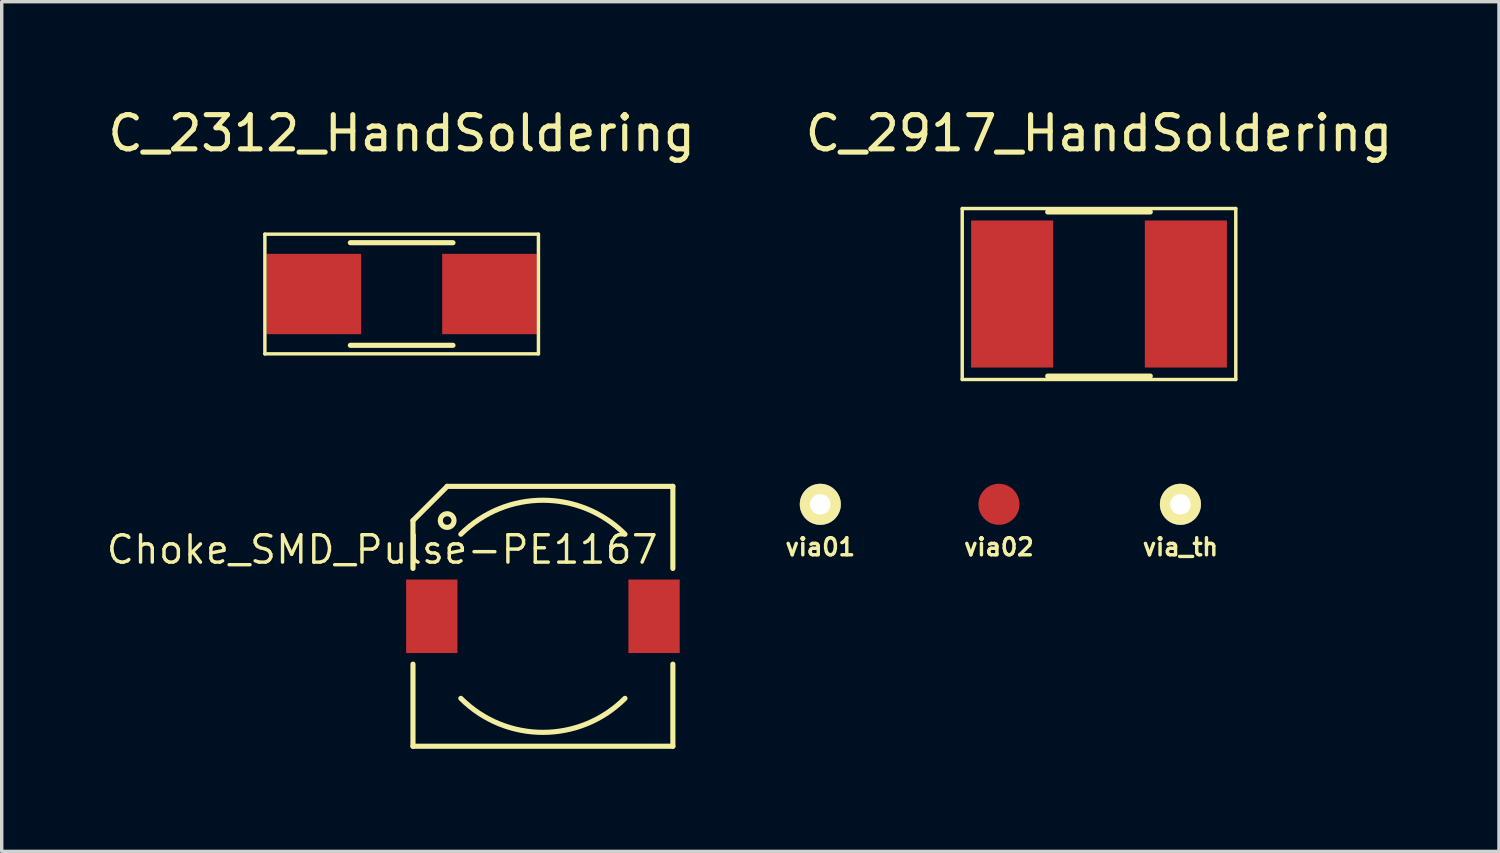
<source format=kicad_pcb>
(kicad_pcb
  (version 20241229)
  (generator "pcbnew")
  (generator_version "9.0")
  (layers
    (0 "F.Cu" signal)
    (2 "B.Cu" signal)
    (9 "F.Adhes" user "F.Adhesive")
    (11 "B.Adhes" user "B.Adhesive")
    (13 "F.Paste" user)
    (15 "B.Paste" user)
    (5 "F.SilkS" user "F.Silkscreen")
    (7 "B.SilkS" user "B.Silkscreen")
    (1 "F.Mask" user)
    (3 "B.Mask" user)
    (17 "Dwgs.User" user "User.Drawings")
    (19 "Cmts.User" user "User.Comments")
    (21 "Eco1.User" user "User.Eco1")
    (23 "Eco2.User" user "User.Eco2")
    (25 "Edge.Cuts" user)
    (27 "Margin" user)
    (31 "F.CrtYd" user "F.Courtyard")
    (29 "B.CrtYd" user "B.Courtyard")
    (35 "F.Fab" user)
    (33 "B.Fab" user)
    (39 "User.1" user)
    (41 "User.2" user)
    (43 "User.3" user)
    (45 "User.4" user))
  (footprint "via02"
    (layer "F.Cu")
    (at 26.163 11.698)
    (property "Reference" "via02" (at 0 1.25 0) (layer "F.SilkS") (effects (font (size 0.5 0.5) (thickness 0.1))))
    (attr through_hole)
    (pad "1" smd circle (at 0 0) (size 1.2 1.2) (layers "F.Cu" "F.Mask" "F.Paste")))
  (footprint "C_2312_HandSoldering"
    (layer "F.Cu")
    (at 8.696 5.548)
    (property "Reference" "C_2312_HandSoldering" (at 0 -4.7 0) (layer "F.SilkS") (effects (font (size 1 1) (thickness 0.15))))
    (attr smd)
    (fp_line (start -4 -1.75) (end 4 -1.75) (stroke (width 0.1) (type solid)) (layer "F.SilkS"))
    (fp_line (start -4 1.75) (end -4 -1.75) (stroke (width 0.1) (type solid)) (layer "F.SilkS"))
    (fp_line (start -1.5 1.5) (end 1.5 1.5) (stroke (width 0.15) (type solid)) (layer "F.SilkS"))
    (fp_line (start 1.5 -1.5) (end -1.5 -1.5) (stroke (width 0.15) (type solid)) (layer "F.SilkS"))
    (fp_line (start 4 -1.75) (end 4 1.75) (stroke (width 0.1) (type solid)) (layer "F.SilkS"))
    (fp_line (start 4 1.75) (end -4 1.75) (stroke (width 0.1) (type solid)) (layer "F.SilkS"))
    (pad "1" smd rect (at -2.57 0) (size 2.77 2.35) (layers "F.Cu" "F.Mask" "F.Paste"))
    (pad "2" smd rect (at 2.57 0) (size 2.77 2.35) (layers "F.Cu" "F.Mask" "F.Paste")))
  (footprint "C_2917_HandSoldering"
    (layer "F.Cu")
    (at 29.089 5.548)
    (property "Reference" "C_2917_HandSoldering" (at 0 -4.7 0) (layer "F.SilkS") (effects (font (size 1 1) (thickness 0.15))))
    (attr smd)
    (fp_line (start -4 -2.5) (end 4 -2.5) (stroke (width 0.1) (type solid)) (layer "F.SilkS"))
    (fp_line (start -4 2.5) (end -4 -2.5) (stroke (width 0.1) (type solid)) (layer "F.SilkS"))
    (fp_line (start -1.5 2.4) (end 1.5 2.4) (stroke (width 0.15) (type solid)) (layer "F.SilkS"))
    (fp_line (start 1.5 -2.4) (end -1.5 -2.4) (stroke (width 0.15) (type solid)) (layer "F.SilkS"))
    (fp_line (start 4 -2.5) (end 4 2.5) (stroke (width 0.1) (type solid)) (layer "F.SilkS"))
    (fp_line (start 4 2.5) (end -4 2.5) (stroke (width 0.1) (type solid)) (layer "F.SilkS"))
    (pad "1" smd rect (at -2.54 0) (size 2.4 4.3) (layers "F.Cu" "F.Mask" "F.Paste"))
    (pad "2" smd rect (at 2.54 0) (size 2.4 4.3) (layers "F.Cu" "F.Mask" "F.Paste")))
  (footprint "via_th"
    (layer "F.Cu")
    (at 31.47 11.698)
    (property "Reference" "via_th" (at 0 1.25 0) (layer "F.SilkS") (effects (font (size 0.5 0.5) (thickness 0.1))))
    (attr through_hole)
    (pad "1" thru_hole circle (at 0 0) (size 1.2 1.2) (drill 0.6) (layers "*.Cu" "*.Mask" "F.SilkS")))
  (footprint "via01"
    (layer "F.Cu")
    (at 20.939 11.698)
    (property "Reference" "via01" (at 0 1.25 0) (layer "F.SilkS") (effects (font (size 0.5 0.5) (thickness 0.1))))
    (attr through_hole)
    (pad "1" thru_hole circle (at 0 0) (size 1.2 1.2) (drill 0.6) (layers "*.Cu" "*.Mask" "F.SilkS")))
  (footprint "Choke_SMD_Pulse-PE1167"
    (layer "F.Cu")
    (at 12.827 14.973)
    (property "Reference" "Choke_SMD_Pulse-PE1167" (at -4.7 -1.95 0) (layer "F.SilkS") (effects (font (size 0.8 0.8) (thickness 0.1))))
    (attr smd)
    (fp_line (start -3.8 -2.8) (end -3.8 -1.4) (stroke (width 0.15) (type solid)) (layer "F.SilkS"))
    (fp_line (start -3.8 -2.8) (end -2.8 -3.8) (stroke (width 0.15) (type solid)) (layer "F.SilkS"))
    (fp_line (start -3.8 1.4) (end -3.8 3.8) (stroke (width 0.15) (type solid)) (layer "F.SilkS"))
    (fp_line (start -3.8 3.8) (end 3.8 3.8) (stroke (width 0.15) (type solid)) (layer "F.SilkS"))
    (fp_line (start -2.8 -3.8) (end 3.8 -3.8) (stroke (width 0.15) (type solid)) (layer "F.SilkS"))
    (fp_line (start 3.8 -3.8) (end 3.8 -1.4) (stroke (width 0.15) (type solid)) (layer "F.SilkS"))
    (fp_line (start 3.8 3.8) (end 3.8 1.4) (stroke (width 0.15) (type solid)) (layer "F.SilkS"))
    (fp_arc (start -2.4 -2.4) (mid 0 -3.394113) (end 2.4 -2.4) (stroke (width 0.15) (type solid)) (layer "F.SilkS"))
    (fp_arc (start 2.4 2.4) (mid 0 3.394113) (end -2.4 2.4) (stroke (width 0.15) (type solid)) (layer "F.SilkS"))
    (fp_circle (center -2.8 -2.8) (end -3 -2.8) (stroke (width 0.15) (type solid)) (fill no) (layer "F.SilkS"))
    (pad "1" smd rect (at -3.25 0) (size 1.5 2.15) (layers "F.Cu" "F.Mask" "F.Paste"))
    (pad "2" smd rect (at 3.25 0) (size 1.5 2.15) (layers "F.Cu" "F.Mask" "F.Paste")))
  (gr_rect
    (start -3 -3)
    (end 40.786 21.848)
    (stroke (width 0.1) (type default))
    (fill no)
    (layer "Edge.Cuts")))
</source>
